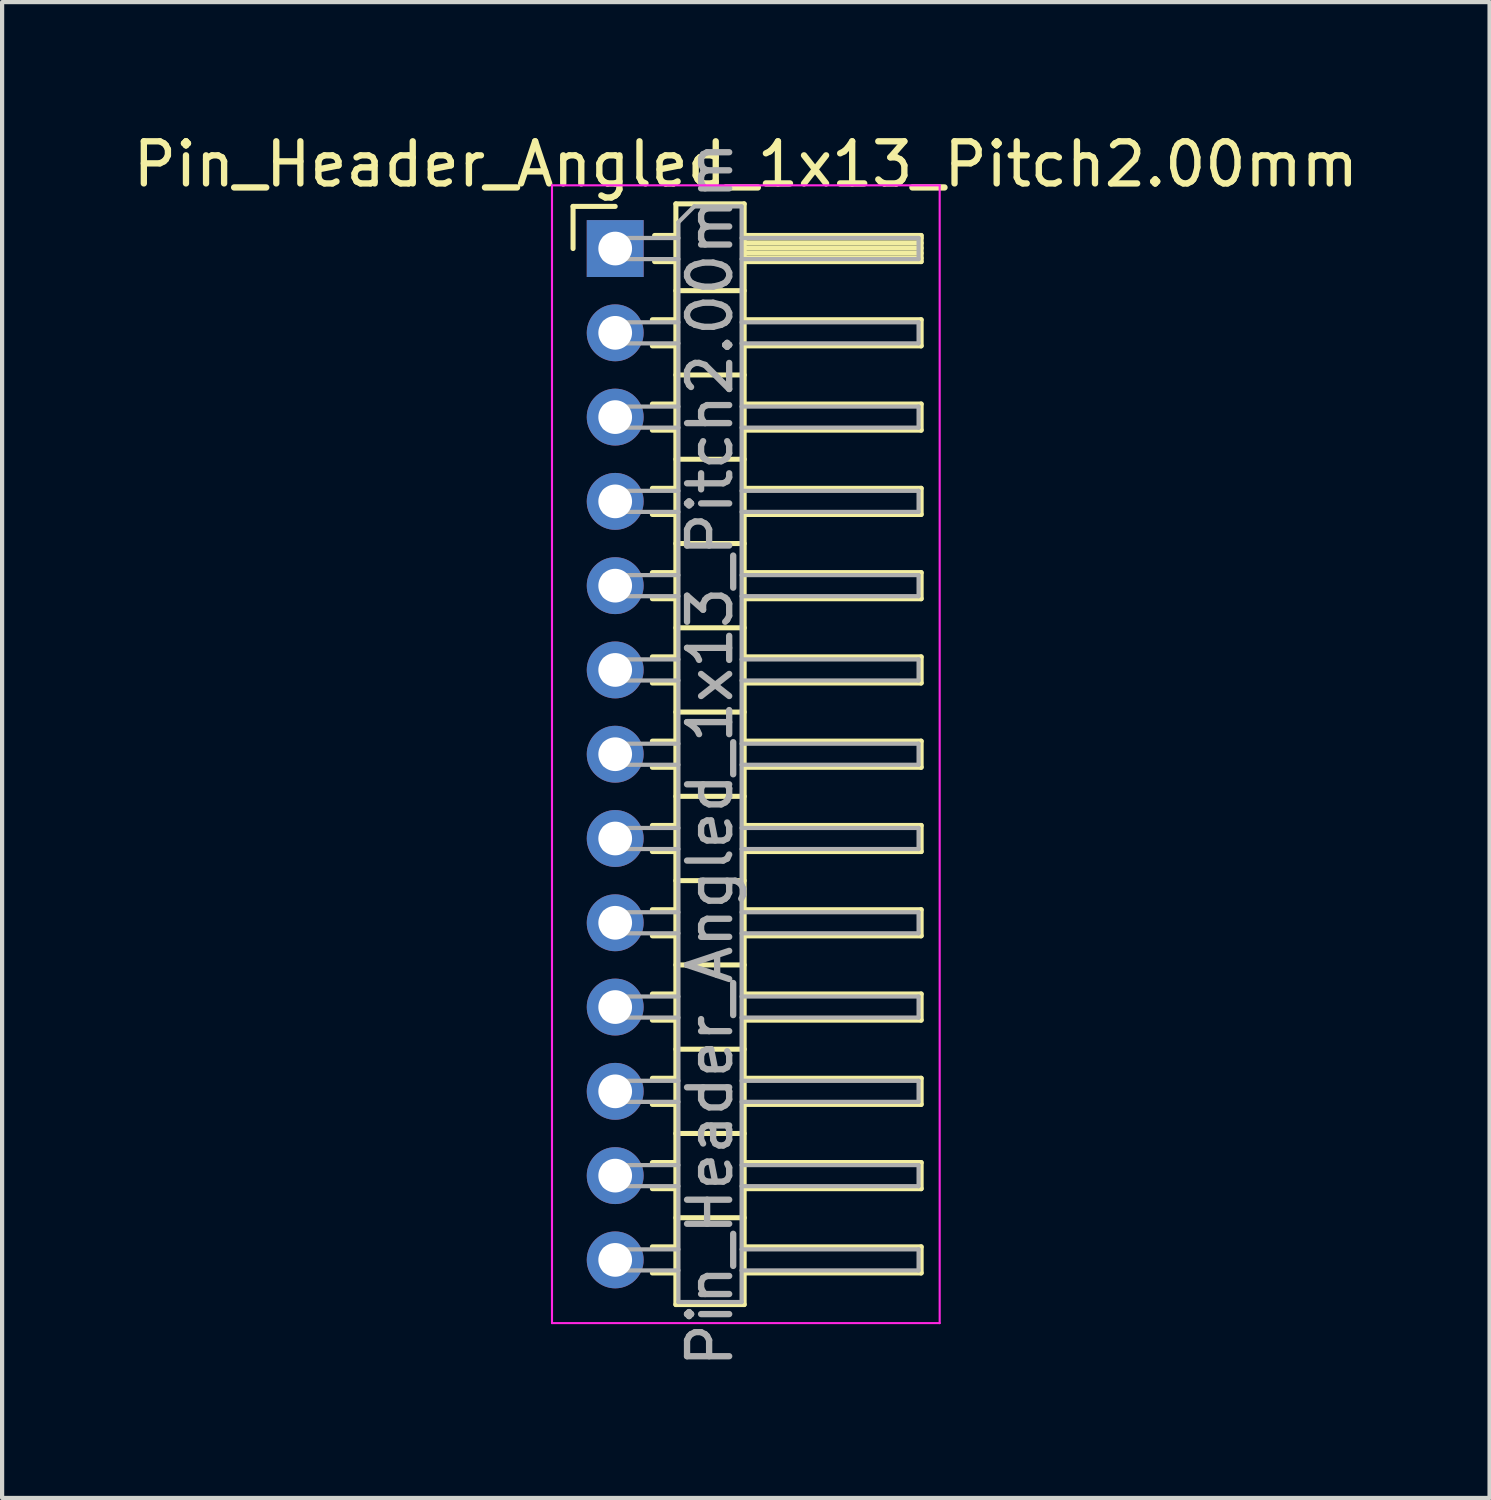
<source format=kicad_pcb>
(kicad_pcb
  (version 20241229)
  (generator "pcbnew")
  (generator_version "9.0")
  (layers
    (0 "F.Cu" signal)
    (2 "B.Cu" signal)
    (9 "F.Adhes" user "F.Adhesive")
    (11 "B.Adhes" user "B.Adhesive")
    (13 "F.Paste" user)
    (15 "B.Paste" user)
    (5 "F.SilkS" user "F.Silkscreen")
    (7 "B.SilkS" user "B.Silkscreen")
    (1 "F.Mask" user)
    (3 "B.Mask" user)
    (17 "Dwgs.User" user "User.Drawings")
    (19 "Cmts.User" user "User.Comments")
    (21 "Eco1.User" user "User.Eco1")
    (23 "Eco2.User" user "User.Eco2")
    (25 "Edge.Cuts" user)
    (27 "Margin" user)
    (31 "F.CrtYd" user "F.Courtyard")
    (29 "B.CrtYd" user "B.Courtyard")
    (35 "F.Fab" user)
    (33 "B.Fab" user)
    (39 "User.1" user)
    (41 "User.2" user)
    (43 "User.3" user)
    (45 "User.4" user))
  (footprint "Pin_Header_Angled_1x13_Pitch2.00mm"
    (layer "F.Cu")
    (at 11.549 2.848)
    (property "Reference" "Pin_Header_Angled_1x13_Pitch2.00mm" (at 3.1 -2 0) (layer "F.SilkS") (effects (font (size 1 1) (thickness 0.15))))
    (attr through_hole)
    (fp_line (start -1 -1) (end 0 -1) (stroke (width 0.12) (type solid)) (layer "F.SilkS"))
    (fp_line (start -1 0) (end -1 -1) (stroke (width 0.12) (type solid)) (layer "F.SilkS"))
    (fp_line (start 0.882 1.69) (end 1.44 1.69) (stroke (width 0.12) (type solid)) (layer "F.SilkS"))
    (fp_line (start 0.882 2.31) (end 1.44 2.31) (stroke (width 0.12) (type solid)) (layer "F.SilkS"))
    (fp_line (start 0.882 3.69) (end 1.44 3.69) (stroke (width 0.12) (type solid)) (layer "F.SilkS"))
    (fp_line (start 0.882 4.31) (end 1.44 4.31) (stroke (width 0.12) (type solid)) (layer "F.SilkS"))
    (fp_line (start 0.882 5.69) (end 1.44 5.69) (stroke (width 0.12) (type solid)) (layer "F.SilkS"))
    (fp_line (start 0.882 6.31) (end 1.44 6.31) (stroke (width 0.12) (type solid)) (layer "F.SilkS"))
    (fp_line (start 0.882 7.69) (end 1.44 7.69) (stroke (width 0.12) (type solid)) (layer "F.SilkS"))
    (fp_line (start 0.882 8.31) (end 1.44 8.31) (stroke (width 0.12) (type solid)) (layer "F.SilkS"))
    (fp_line (start 0.882 9.69) (end 1.44 9.69) (stroke (width 0.12) (type solid)) (layer "F.SilkS"))
    (fp_line (start 0.882 10.31) (end 1.44 10.31) (stroke (width 0.12) (type solid)) (layer "F.SilkS"))
    (fp_line (start 0.882 11.69) (end 1.44 11.69) (stroke (width 0.12) (type solid)) (layer "F.SilkS"))
    (fp_line (start 0.882 12.31) (end 1.44 12.31) (stroke (width 0.12) (type solid)) (layer "F.SilkS"))
    (fp_line (start 0.882 13.69) (end 1.44 13.69) (stroke (width 0.12) (type solid)) (layer "F.SilkS"))
    (fp_line (start 0.882 14.31) (end 1.44 14.31) (stroke (width 0.12) (type solid)) (layer "F.SilkS"))
    (fp_line (start 0.882 15.69) (end 1.44 15.69) (stroke (width 0.12) (type solid)) (layer "F.SilkS"))
    (fp_line (start 0.882 16.31) (end 1.44 16.31) (stroke (width 0.12) (type solid)) (layer "F.SilkS"))
    (fp_line (start 0.882 17.69) (end 1.44 17.69) (stroke (width 0.12) (type solid)) (layer "F.SilkS"))
    (fp_line (start 0.882 18.31) (end 1.44 18.31) (stroke (width 0.12) (type solid)) (layer "F.SilkS"))
    (fp_line (start 0.882 19.69) (end 1.44 19.69) (stroke (width 0.12) (type solid)) (layer "F.SilkS"))
    (fp_line (start 0.882 20.31) (end 1.44 20.31) (stroke (width 0.12) (type solid)) (layer "F.SilkS"))
    (fp_line (start 0.882 21.69) (end 1.44 21.69) (stroke (width 0.12) (type solid)) (layer "F.SilkS"))
    (fp_line (start 0.882 22.31) (end 1.44 22.31) (stroke (width 0.12) (type solid)) (layer "F.SilkS"))
    (fp_line (start 0.882 23.69) (end 1.44 23.69) (stroke (width 0.12) (type solid)) (layer "F.SilkS"))
    (fp_line (start 0.882 24.31) (end 1.44 24.31) (stroke (width 0.12) (type solid)) (layer "F.SilkS"))
    (fp_line (start 0.935 -0.31) (end 1.44 -0.31) (stroke (width 0.12) (type solid)) (layer "F.SilkS"))
    (fp_line (start 0.935 0.31) (end 1.44 0.31) (stroke (width 0.12) (type solid)) (layer "F.SilkS"))
    (fp_line (start 1.44 -1.06) (end 1.44 25.06) (stroke (width 0.12) (type solid)) (layer "F.SilkS"))
    (fp_line (start 1.44 1) (end 3.06 1) (stroke (width 0.12) (type solid)) (layer "F.SilkS"))
    (fp_line (start 1.44 3) (end 3.06 3) (stroke (width 0.12) (type solid)) (layer "F.SilkS"))
    (fp_line (start 1.44 5) (end 3.06 5) (stroke (width 0.12) (type solid)) (layer "F.SilkS"))
    (fp_line (start 1.44 7) (end 3.06 7) (stroke (width 0.12) (type solid)) (layer "F.SilkS"))
    (fp_line (start 1.44 9) (end 3.06 9) (stroke (width 0.12) (type solid)) (layer "F.SilkS"))
    (fp_line (start 1.44 11) (end 3.06 11) (stroke (width 0.12) (type solid)) (layer "F.SilkS"))
    (fp_line (start 1.44 13) (end 3.06 13) (stroke (width 0.12) (type solid)) (layer "F.SilkS"))
    (fp_line (start 1.44 15) (end 3.06 15) (stroke (width 0.12) (type solid)) (layer "F.SilkS"))
    (fp_line (start 1.44 17) (end 3.06 17) (stroke (width 0.12) (type solid)) (layer "F.SilkS"))
    (fp_line (start 1.44 19) (end 3.06 19) (stroke (width 0.12) (type solid)) (layer "F.SilkS"))
    (fp_line (start 1.44 21) (end 3.06 21) (stroke (width 0.12) (type solid)) (layer "F.SilkS"))
    (fp_line (start 1.44 23) (end 3.06 23) (stroke (width 0.12) (type solid)) (layer "F.SilkS"))
    (fp_line (start 1.44 25.06) (end 3.06 25.06) (stroke (width 0.12) (type solid)) (layer "F.SilkS"))
    (fp_line (start 3.06 -1.06) (end 1.44 -1.06) (stroke (width 0.12) (type solid)) (layer "F.SilkS"))
    (fp_line (start 3.06 -0.31) (end 7.26 -0.31) (stroke (width 0.12) (type solid)) (layer "F.SilkS"))
    (fp_line (start 3.06 -0.25) (end 7.26 -0.25) (stroke (width 0.12) (type solid)) (layer "F.SilkS"))
    (fp_line (start 3.06 -0.13) (end 7.26 -0.13) (stroke (width 0.12) (type solid)) (layer "F.SilkS"))
    (fp_line (start 3.06 -0.01) (end 7.26 -0.01) (stroke (width 0.12) (type solid)) (layer "F.SilkS"))
    (fp_line (start 3.06 0.11) (end 7.26 0.11) (stroke (width 0.12) (type solid)) (layer "F.SilkS"))
    (fp_line (start 3.06 0.23) (end 7.26 0.23) (stroke (width 0.12) (type solid)) (layer "F.SilkS"))
    (fp_line (start 3.06 1.69) (end 7.26 1.69) (stroke (width 0.12) (type solid)) (layer "F.SilkS"))
    (fp_line (start 3.06 3.69) (end 7.26 3.69) (stroke (width 0.12) (type solid)) (layer "F.SilkS"))
    (fp_line (start 3.06 5.69) (end 7.26 5.69) (stroke (width 0.12) (type solid)) (layer "F.SilkS"))
    (fp_line (start 3.06 7.69) (end 7.26 7.69) (stroke (width 0.12) (type solid)) (layer "F.SilkS"))
    (fp_line (start 3.06 9.69) (end 7.26 9.69) (stroke (width 0.12) (type solid)) (layer "F.SilkS"))
    (fp_line (start 3.06 11.69) (end 7.26 11.69) (stroke (width 0.12) (type solid)) (layer "F.SilkS"))
    (fp_line (start 3.06 13.69) (end 7.26 13.69) (stroke (width 0.12) (type solid)) (layer "F.SilkS"))
    (fp_line (start 3.06 15.69) (end 7.26 15.69) (stroke (width 0.12) (type solid)) (layer "F.SilkS"))
    (fp_line (start 3.06 17.69) (end 7.26 17.69) (stroke (width 0.12) (type solid)) (layer "F.SilkS"))
    (fp_line (start 3.06 19.69) (end 7.26 19.69) (stroke (width 0.12) (type solid)) (layer "F.SilkS"))
    (fp_line (start 3.06 21.69) (end 7.26 21.69) (stroke (width 0.12) (type solid)) (layer "F.SilkS"))
    (fp_line (start 3.06 23.69) (end 7.26 23.69) (stroke (width 0.12) (type solid)) (layer "F.SilkS"))
    (fp_line (start 3.06 25.06) (end 3.06 -1.06) (stroke (width 0.12) (type solid)) (layer "F.SilkS"))
    (fp_line (start 7.26 -0.31) (end 7.26 0.31) (stroke (width 0.12) (type solid)) (layer "F.SilkS"))
    (fp_line (start 7.26 0.31) (end 3.06 0.31) (stroke (width 0.12) (type solid)) (layer "F.SilkS"))
    (fp_line (start 7.26 1.69) (end 7.26 2.31) (stroke (width 0.12) (type solid)) (layer "F.SilkS"))
    (fp_line (start 7.26 2.31) (end 3.06 2.31) (stroke (width 0.12) (type solid)) (layer "F.SilkS"))
    (fp_line (start 7.26 3.69) (end 7.26 4.31) (stroke (width 0.12) (type solid)) (layer "F.SilkS"))
    (fp_line (start 7.26 4.31) (end 3.06 4.31) (stroke (width 0.12) (type solid)) (layer "F.SilkS"))
    (fp_line (start 7.26 5.69) (end 7.26 6.31) (stroke (width 0.12) (type solid)) (layer "F.SilkS"))
    (fp_line (start 7.26 6.31) (end 3.06 6.31) (stroke (width 0.12) (type solid)) (layer "F.SilkS"))
    (fp_line (start 7.26 7.69) (end 7.26 8.31) (stroke (width 0.12) (type solid)) (layer "F.SilkS"))
    (fp_line (start 7.26 8.31) (end 3.06 8.31) (stroke (width 0.12) (type solid)) (layer "F.SilkS"))
    (fp_line (start 7.26 9.69) (end 7.26 10.31) (stroke (width 0.12) (type solid)) (layer "F.SilkS"))
    (fp_line (start 7.26 10.31) (end 3.06 10.31) (stroke (width 0.12) (type solid)) (layer "F.SilkS"))
    (fp_line (start 7.26 11.69) (end 7.26 12.31) (stroke (width 0.12) (type solid)) (layer "F.SilkS"))
    (fp_line (start 7.26 12.31) (end 3.06 12.31) (stroke (width 0.12) (type solid)) (layer "F.SilkS"))
    (fp_line (start 7.26 13.69) (end 7.26 14.31) (stroke (width 0.12) (type solid)) (layer "F.SilkS"))
    (fp_line (start 7.26 14.31) (end 3.06 14.31) (stroke (width 0.12) (type solid)) (layer "F.SilkS"))
    (fp_line (start 7.26 15.69) (end 7.26 16.31) (stroke (width 0.12) (type solid)) (layer "F.SilkS"))
    (fp_line (start 7.26 16.31) (end 3.06 16.31) (stroke (width 0.12) (type solid)) (layer "F.SilkS"))
    (fp_line (start 7.26 17.69) (end 7.26 18.31) (stroke (width 0.12) (type solid)) (layer "F.SilkS"))
    (fp_line (start 7.26 18.31) (end 3.06 18.31) (stroke (width 0.12) (type solid)) (layer "F.SilkS"))
    (fp_line (start 7.26 19.69) (end 7.26 20.31) (stroke (width 0.12) (type solid)) (layer "F.SilkS"))
    (fp_line (start 7.26 20.31) (end 3.06 20.31) (stroke (width 0.12) (type solid)) (layer "F.SilkS"))
    (fp_line (start 7.26 21.69) (end 7.26 22.31) (stroke (width 0.12) (type solid)) (layer "F.SilkS"))
    (fp_line (start 7.26 22.31) (end 3.06 22.31) (stroke (width 0.12) (type solid)) (layer "F.SilkS"))
    (fp_line (start 7.26 23.69) (end 7.26 24.31) (stroke (width 0.12) (type solid)) (layer "F.SilkS"))
    (fp_line (start 7.26 24.31) (end 3.06 24.31) (stroke (width 0.12) (type solid)) (layer "F.SilkS"))
    (fp_line (start -1.5 -1.5) (end -1.5 25.5) (stroke (width 0.05) (type solid)) (layer "F.CrtYd"))
    (fp_line (start -1.5 25.5) (end 7.7 25.5) (stroke (width 0.05) (type solid)) (layer "F.CrtYd"))
    (fp_line (start 7.7 -1.5) (end -1.5 -1.5) (stroke (width 0.05) (type solid)) (layer "F.CrtYd"))
    (fp_line (start 7.7 25.5) (end 7.7 -1.5) (stroke (width 0.05) (type solid)) (layer "F.CrtYd"))
    (fp_line (start -0.25 -0.25) (end -0.25 0.25) (stroke (width 0.1) (type solid)) (layer "F.Fab"))
    (fp_line (start -0.25 -0.25) (end 1.5 -0.25) (stroke (width 0.1) (type solid)) (layer "F.Fab"))
    (fp_line (start -0.25 0.25) (end 1.5 0.25) (stroke (width 0.1) (type solid)) (layer "F.Fab"))
    (fp_line (start -0.25 1.75) (end -0.25 2.25) (stroke (width 0.1) (type solid)) (layer "F.Fab"))
    (fp_line (start -0.25 1.75) (end 1.5 1.75) (stroke (width 0.1) (type solid)) (layer "F.Fab"))
    (fp_line (start -0.25 2.25) (end 1.5 2.25) (stroke (width 0.1) (type solid)) (layer "F.Fab"))
    (fp_line (start -0.25 3.75) (end -0.25 4.25) (stroke (width 0.1) (type solid)) (layer "F.Fab"))
    (fp_line (start -0.25 3.75) (end 1.5 3.75) (stroke (width 0.1) (type solid)) (layer "F.Fab"))
    (fp_line (start -0.25 4.25) (end 1.5 4.25) (stroke (width 0.1) (type solid)) (layer "F.Fab"))
    (fp_line (start -0.25 5.75) (end -0.25 6.25) (stroke (width 0.1) (type solid)) (layer "F.Fab"))
    (fp_line (start -0.25 5.75) (end 1.5 5.75) (stroke (width 0.1) (type solid)) (layer "F.Fab"))
    (fp_line (start -0.25 6.25) (end 1.5 6.25) (stroke (width 0.1) (type solid)) (layer "F.Fab"))
    (fp_line (start -0.25 7.75) (end -0.25 8.25) (stroke (width 0.1) (type solid)) (layer "F.Fab"))
    (fp_line (start -0.25 7.75) (end 1.5 7.75) (stroke (width 0.1) (type solid)) (layer "F.Fab"))
    (fp_line (start -0.25 8.25) (end 1.5 8.25) (stroke (width 0.1) (type solid)) (layer "F.Fab"))
    (fp_line (start -0.25 9.75) (end -0.25 10.25) (stroke (width 0.1) (type solid)) (layer "F.Fab"))
    (fp_line (start -0.25 9.75) (end 1.5 9.75) (stroke (width 0.1) (type solid)) (layer "F.Fab"))
    (fp_line (start -0.25 10.25) (end 1.5 10.25) (stroke (width 0.1) (type solid)) (layer "F.Fab"))
    (fp_line (start -0.25 11.75) (end -0.25 12.25) (stroke (width 0.1) (type solid)) (layer "F.Fab"))
    (fp_line (start -0.25 11.75) (end 1.5 11.75) (stroke (width 0.1) (type solid)) (layer "F.Fab"))
    (fp_line (start -0.25 12.25) (end 1.5 12.25) (stroke (width 0.1) (type solid)) (layer "F.Fab"))
    (fp_line (start -0.25 13.75) (end -0.25 14.25) (stroke (width 0.1) (type solid)) (layer "F.Fab"))
    (fp_line (start -0.25 13.75) (end 1.5 13.75) (stroke (width 0.1) (type solid)) (layer "F.Fab"))
    (fp_line (start -0.25 14.25) (end 1.5 14.25) (stroke (width 0.1) (type solid)) (layer "F.Fab"))
    (fp_line (start -0.25 15.75) (end -0.25 16.25) (stroke (width 0.1) (type solid)) (layer "F.Fab"))
    (fp_line (start -0.25 15.75) (end 1.5 15.75) (stroke (width 0.1) (type solid)) (layer "F.Fab"))
    (fp_line (start -0.25 16.25) (end 1.5 16.25) (stroke (width 0.1) (type solid)) (layer "F.Fab"))
    (fp_line (start -0.25 17.75) (end -0.25 18.25) (stroke (width 0.1) (type solid)) (layer "F.Fab"))
    (fp_line (start -0.25 17.75) (end 1.5 17.75) (stroke (width 0.1) (type solid)) (layer "F.Fab"))
    (fp_line (start -0.25 18.25) (end 1.5 18.25) (stroke (width 0.1) (type solid)) (layer "F.Fab"))
    (fp_line (start -0.25 19.75) (end -0.25 20.25) (stroke (width 0.1) (type solid)) (layer "F.Fab"))
    (fp_line (start -0.25 19.75) (end 1.5 19.75) (stroke (width 0.1) (type solid)) (layer "F.Fab"))
    (fp_line (start -0.25 20.25) (end 1.5 20.25) (stroke (width 0.1) (type solid)) (layer "F.Fab"))
    (fp_line (start -0.25 21.75) (end -0.25 22.25) (stroke (width 0.1) (type solid)) (layer "F.Fab"))
    (fp_line (start -0.25 21.75) (end 1.5 21.75) (stroke (width 0.1) (type solid)) (layer "F.Fab"))
    (fp_line (start -0.25 22.25) (end 1.5 22.25) (stroke (width 0.1) (type solid)) (layer "F.Fab"))
    (fp_line (start -0.25 23.75) (end -0.25 24.25) (stroke (width 0.1) (type solid)) (layer "F.Fab"))
    (fp_line (start -0.25 23.75) (end 1.5 23.75) (stroke (width 0.1) (type solid)) (layer "F.Fab"))
    (fp_line (start -0.25 24.25) (end 1.5 24.25) (stroke (width 0.1) (type solid)) (layer "F.Fab"))
    (fp_line (start 1.5 -0.625) (end 1.875 -1) (stroke (width 0.1) (type solid)) (layer "F.Fab"))
    (fp_line (start 1.5 25) (end 1.5 -0.625) (stroke (width 0.1) (type solid)) (layer "F.Fab"))
    (fp_line (start 1.875 -1) (end 3 -1) (stroke (width 0.1) (type solid)) (layer "F.Fab"))
    (fp_line (start 3 -1) (end 3 25) (stroke (width 0.1) (type solid)) (layer "F.Fab"))
    (fp_line (start 3 -0.25) (end 7.2 -0.25) (stroke (width 0.1) (type solid)) (layer "F.Fab"))
    (fp_line (start 3 0.25) (end 7.2 0.25) (stroke (width 0.1) (type solid)) (layer "F.Fab"))
    (fp_line (start 3 1.75) (end 7.2 1.75) (stroke (width 0.1) (type solid)) (layer "F.Fab"))
    (fp_line (start 3 2.25) (end 7.2 2.25) (stroke (width 0.1) (type solid)) (layer "F.Fab"))
    (fp_line (start 3 3.75) (end 7.2 3.75) (stroke (width 0.1) (type solid)) (layer "F.Fab"))
    (fp_line (start 3 4.25) (end 7.2 4.25) (stroke (width 0.1) (type solid)) (layer "F.Fab"))
    (fp_line (start 3 5.75) (end 7.2 5.75) (stroke (width 0.1) (type solid)) (layer "F.Fab"))
    (fp_line (start 3 6.25) (end 7.2 6.25) (stroke (width 0.1) (type solid)) (layer "F.Fab"))
    (fp_line (start 3 7.75) (end 7.2 7.75) (stroke (width 0.1) (type solid)) (layer "F.Fab"))
    (fp_line (start 3 8.25) (end 7.2 8.25) (stroke (width 0.1) (type solid)) (layer "F.Fab"))
    (fp_line (start 3 9.75) (end 7.2 9.75) (stroke (width 0.1) (type solid)) (layer "F.Fab"))
    (fp_line (start 3 10.25) (end 7.2 10.25) (stroke (width 0.1) (type solid)) (layer "F.Fab"))
    (fp_line (start 3 11.75) (end 7.2 11.75) (stroke (width 0.1) (type solid)) (layer "F.Fab"))
    (fp_line (start 3 12.25) (end 7.2 12.25) (stroke (width 0.1) (type solid)) (layer "F.Fab"))
    (fp_line (start 3 13.75) (end 7.2 13.75) (stroke (width 0.1) (type solid)) (layer "F.Fab"))
    (fp_line (start 3 14.25) (end 7.2 14.25) (stroke (width 0.1) (type solid)) (layer "F.Fab"))
    (fp_line (start 3 15.75) (end 7.2 15.75) (stroke (width 0.1) (type solid)) (layer "F.Fab"))
    (fp_line (start 3 16.25) (end 7.2 16.25) (stroke (width 0.1) (type solid)) (layer "F.Fab"))
    (fp_line (start 3 17.75) (end 7.2 17.75) (stroke (width 0.1) (type solid)) (layer "F.Fab"))
    (fp_line (start 3 18.25) (end 7.2 18.25) (stroke (width 0.1) (type solid)) (layer "F.Fab"))
    (fp_line (start 3 19.75) (end 7.2 19.75) (stroke (width 0.1) (type solid)) (layer "F.Fab"))
    (fp_line (start 3 20.25) (end 7.2 20.25) (stroke (width 0.1) (type solid)) (layer "F.Fab"))
    (fp_line (start 3 21.75) (end 7.2 21.75) (stroke (width 0.1) (type solid)) (layer "F.Fab"))
    (fp_line (start 3 22.25) (end 7.2 22.25) (stroke (width 0.1) (type solid)) (layer "F.Fab"))
    (fp_line (start 3 23.75) (end 7.2 23.75) (stroke (width 0.1) (type solid)) (layer "F.Fab"))
    (fp_line (start 3 24.25) (end 7.2 24.25) (stroke (width 0.1) (type solid)) (layer "F.Fab"))
    (fp_line (start 3 25) (end 1.5 25) (stroke (width 0.1) (type solid)) (layer "F.Fab"))
    (fp_line (start 7.2 -0.25) (end 7.2 0.25) (stroke (width 0.1) (type solid)) (layer "F.Fab"))
    (fp_line (start 7.2 1.75) (end 7.2 2.25) (stroke (width 0.1) (type solid)) (layer "F.Fab"))
    (fp_line (start 7.2 3.75) (end 7.2 4.25) (stroke (width 0.1) (type solid)) (layer "F.Fab"))
    (fp_line (start 7.2 5.75) (end 7.2 6.25) (stroke (width 0.1) (type solid)) (layer "F.Fab"))
    (fp_line (start 7.2 7.75) (end 7.2 8.25) (stroke (width 0.1) (type solid)) (layer "F.Fab"))
    (fp_line (start 7.2 9.75) (end 7.2 10.25) (stroke (width 0.1) (type solid)) (layer "F.Fab"))
    (fp_line (start 7.2 11.75) (end 7.2 12.25) (stroke (width 0.1) (type solid)) (layer "F.Fab"))
    (fp_line (start 7.2 13.75) (end 7.2 14.25) (stroke (width 0.1) (type solid)) (layer "F.Fab"))
    (fp_line (start 7.2 15.75) (end 7.2 16.25) (stroke (width 0.1) (type solid)) (layer "F.Fab"))
    (fp_line (start 7.2 17.75) (end 7.2 18.25) (stroke (width 0.1) (type solid)) (layer "F.Fab"))
    (fp_line (start 7.2 19.75) (end 7.2 20.25) (stroke (width 0.1) (type solid)) (layer "F.Fab"))
    (fp_line (start 7.2 21.75) (end 7.2 22.25) (stroke (width 0.1) (type solid)) (layer "F.Fab"))
    (fp_line (start 7.2 23.75) (end 7.2 24.25) (stroke (width 0.1) (type solid)) (layer "F.Fab"))
    (fp_text user "${REFERENCE}" (at 2.25 12 90) (layer "F.Fab") (effects (font (size 1 1) (thickness 0.15))))
    (pad "1" thru_hole rect (at 0 0) (size 1.35 1.35) (drill 0.8) (layers "*.Cu" "*.Mask"))
    (pad "2" thru_hole oval (at 0 2) (size 1.35 1.35) (drill 0.8) (layers "*.Cu" "*.Mask"))
    (pad "3" thru_hole oval (at 0 4) (size 1.35 1.35) (drill 0.8) (layers "*.Cu" "*.Mask"))
    (pad "4" thru_hole oval (at 0 6) (size 1.35 1.35) (drill 0.8) (layers "*.Cu" "*.Mask"))
    (pad "5" thru_hole oval (at 0 8) (size 1.35 1.35) (drill 0.8) (layers "*.Cu" "*.Mask"))
    (pad "6" thru_hole oval (at 0 10) (size 1.35 1.35) (drill 0.8) (layers "*.Cu" "*.Mask"))
    (pad "7" thru_hole oval (at 0 12) (size 1.35 1.35) (drill 0.8) (layers "*.Cu" "*.Mask"))
    (pad "8" thru_hole oval (at 0 14) (size 1.35 1.35) (drill 0.8) (layers "*.Cu" "*.Mask"))
    (pad "9" thru_hole oval (at 0 16) (size 1.35 1.35) (drill 0.8) (layers "*.Cu" "*.Mask"))
    (pad "10" thru_hole oval (at 0 18) (size 1.35 1.35) (drill 0.8) (layers "*.Cu" "*.Mask"))
    (pad "11" thru_hole oval (at 0 20) (size 1.35 1.35) (drill 0.8) (layers "*.Cu" "*.Mask"))
    (pad "12" thru_hole oval (at 0 22) (size 1.35 1.35) (drill 0.8) (layers "*.Cu" "*.Mask"))
    (pad "13" thru_hole oval (at 0 24) (size 1.35 1.35) (drill 0.8) (layers "*.Cu" "*.Mask")))
  (gr_rect
    (start -3 -3)
    (end 32.298 32.497)
    (stroke (width 0.1) (type default))
    (fill no)
    (layer "Edge.Cuts")))
</source>
